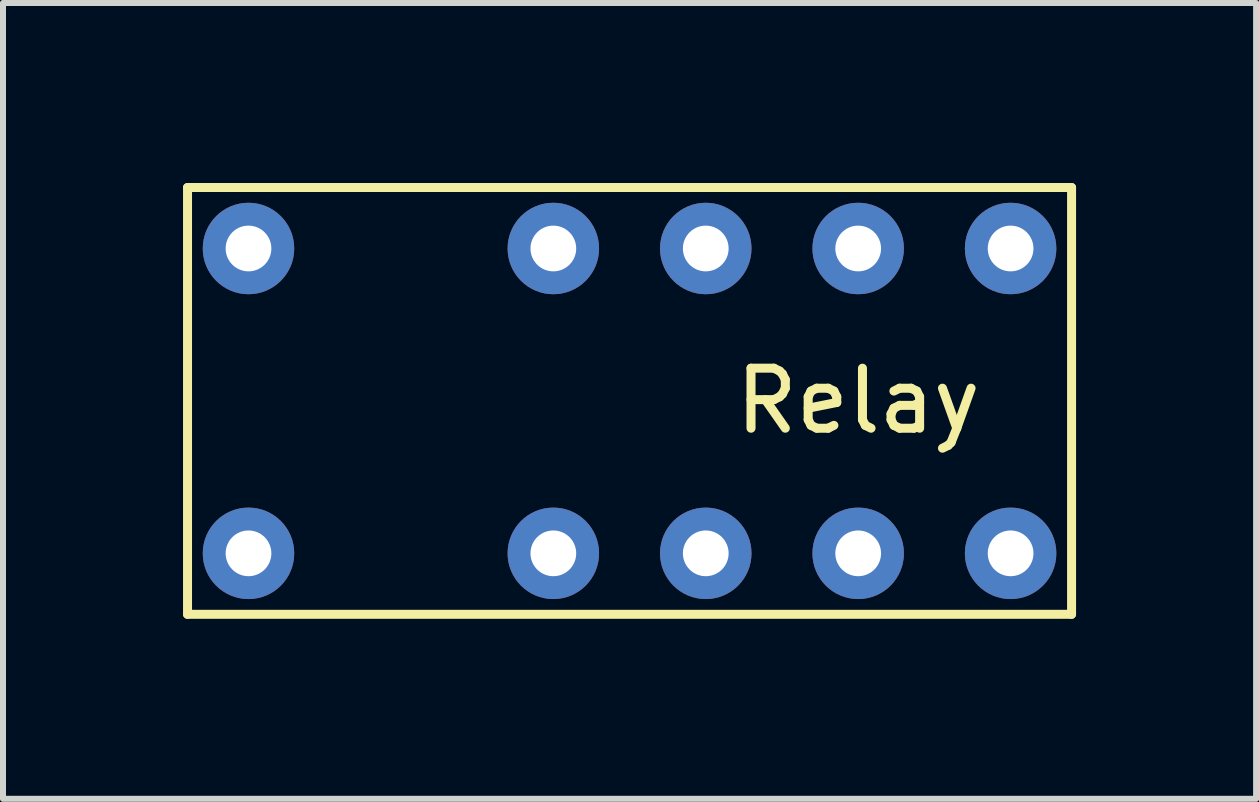
<source format=kicad_pcb>
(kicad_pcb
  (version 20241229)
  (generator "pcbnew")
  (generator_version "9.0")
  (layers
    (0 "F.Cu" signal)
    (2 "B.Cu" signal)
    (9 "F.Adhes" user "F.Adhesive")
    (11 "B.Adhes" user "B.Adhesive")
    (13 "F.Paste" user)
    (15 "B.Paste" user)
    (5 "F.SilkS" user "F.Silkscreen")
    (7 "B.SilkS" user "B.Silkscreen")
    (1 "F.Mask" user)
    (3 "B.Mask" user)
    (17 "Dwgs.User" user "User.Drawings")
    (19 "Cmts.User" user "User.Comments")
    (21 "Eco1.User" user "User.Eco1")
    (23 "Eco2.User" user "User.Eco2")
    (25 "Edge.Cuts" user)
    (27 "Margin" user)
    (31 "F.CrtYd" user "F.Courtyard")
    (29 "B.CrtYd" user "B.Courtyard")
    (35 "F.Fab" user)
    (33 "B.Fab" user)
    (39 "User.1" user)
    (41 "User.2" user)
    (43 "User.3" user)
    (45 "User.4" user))
  (footprint "Relay"
    (layer "F.Cu")
    (at 1.091 6.171)
    (property "Reference" "Relay" (at 10.16 -2.54 0) (layer "F.SilkS") (effects (font (size 1 1) (thickness 0.15))))
    (attr through_hole)
    (fp_line (start -1.016 -6.096) (end -1.016 1.016) (stroke (width 0.15) (type solid)) (layer "F.SilkS"))
    (fp_line (start -1.016 1.016) (end 13.716 1.016) (stroke (width 0.15) (type solid)) (layer "F.SilkS"))
    (fp_line (start 13.716 -6.096) (end -1.016 -6.096) (stroke (width 0.15) (type solid)) (layer "F.SilkS"))
    (fp_line (start 13.716 1.016) (end 13.716 -6.096) (stroke (width 0.15) (type solid)) (layer "F.SilkS"))
    (pad "1" thru_hole circle (at 0 0) (size 1.524 1.524) (drill 0.762) (layers "*.Cu" "*.Mask"))
    (pad "3" thru_hole circle (at 5.08 0) (size 1.524 1.524) (drill 0.762) (layers "*.Cu" "*.Mask"))
    (pad "4" thru_hole circle (at 7.62 0) (size 1.524 1.524) (drill 0.762) (layers "*.Cu" "*.Mask"))
    (pad "5" thru_hole circle (at 10.16 0) (size 1.524 1.524) (drill 0.762) (layers "*.Cu" "*.Mask"))
    (pad "6" thru_hole circle (at 12.7 0) (size 1.524 1.524) (drill 0.762) (layers "*.Cu" "*.Mask"))
    (pad "7" thru_hole circle (at 12.7 -5.08) (size 1.524 1.524) (drill 0.762) (layers "*.Cu" "*.Mask"))
    (pad "8" thru_hole circle (at 10.16 -5.08) (size 1.524 1.524) (drill 0.762) (layers "*.Cu" "*.Mask"))
    (pad "9" thru_hole circle (at 7.62 -5.08) (size 1.524 1.524) (drill 0.762) (layers "*.Cu" "*.Mask"))
    (pad "10" thru_hole circle (at 5.08 -5.08) (size 1.524 1.524) (drill 0.762) (layers "*.Cu" "*.Mask"))
    (pad "12" thru_hole circle (at 0 -5.08) (size 1.524 1.524) (drill 0.762) (layers "*.Cu" "*.Mask")))
  (gr_rect
    (start -3 -3)
    (end 17.882 10.262)
    (stroke (width 0.1) (type default))
    (fill no)
    (layer "Edge.Cuts")))
</source>
